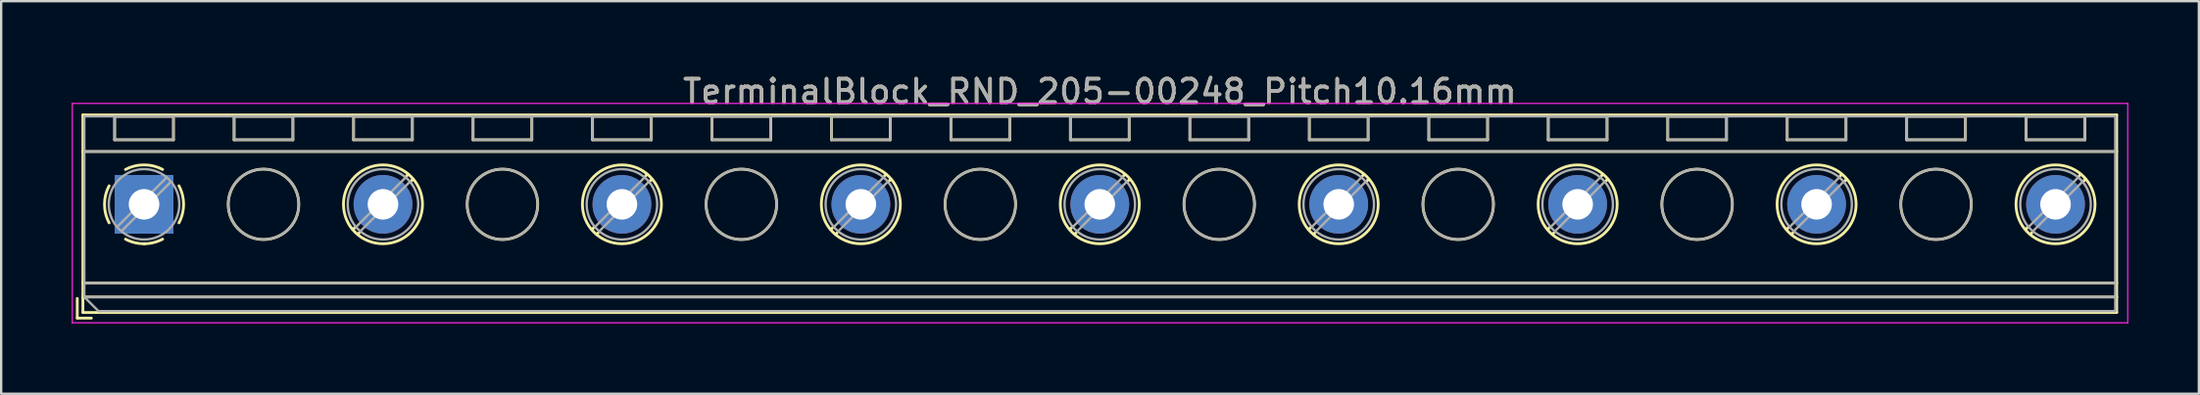
<source format=kicad_pcb>
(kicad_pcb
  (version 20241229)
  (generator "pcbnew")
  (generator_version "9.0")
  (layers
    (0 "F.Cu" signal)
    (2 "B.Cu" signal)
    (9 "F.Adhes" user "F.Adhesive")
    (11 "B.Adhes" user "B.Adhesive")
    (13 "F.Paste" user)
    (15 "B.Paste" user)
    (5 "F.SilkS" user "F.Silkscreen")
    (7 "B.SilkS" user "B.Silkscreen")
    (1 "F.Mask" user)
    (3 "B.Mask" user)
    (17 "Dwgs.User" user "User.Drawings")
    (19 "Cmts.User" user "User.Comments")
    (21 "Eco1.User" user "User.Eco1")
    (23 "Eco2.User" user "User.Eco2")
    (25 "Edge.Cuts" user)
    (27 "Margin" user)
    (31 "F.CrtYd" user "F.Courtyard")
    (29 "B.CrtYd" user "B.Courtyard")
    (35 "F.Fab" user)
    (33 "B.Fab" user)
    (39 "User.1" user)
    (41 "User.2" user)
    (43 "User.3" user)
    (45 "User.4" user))
  (footprint "TerminalBlock_RND_205-00248_Pitch10.16mm"
    (layer "F.Cu")
    (at 3.075 5.658)
    (property "Reference" "TerminalBlock_RND_205-00248_Pitch10.16mm" (at 40.64 -4.81 0) (layer "F.SilkS") (effects (font (size 1 1) (thickness 0.15))))
    (attr through_hole)
    (fp_line (start -2.84 4.01) (end -2.84 4.85) (stroke (width 0.12) (type solid)) (layer "F.SilkS"))
    (fp_line (start -2.84 4.85) (end -2.24 4.85) (stroke (width 0.12) (type solid)) (layer "F.SilkS"))
    (fp_line (start -2.6 -3.81) (end -2.6 4.61) (stroke (width 0.12) (type solid)) (layer "F.SilkS"))
    (fp_line (start -2.6 -2.25) (end 83.88 -2.25) (stroke (width 0.12) (type solid)) (layer "F.SilkS"))
    (fp_line (start -2.6 3.35) (end 83.88 3.35) (stroke (width 0.12) (type solid)) (layer "F.SilkS"))
    (fp_line (start -2.6 3.95) (end 83.88 3.95) (stroke (width 0.12) (type solid)) (layer "F.SilkS"))
    (fp_line (start -2.6 4.61) (end 83.88 4.61) (stroke (width 0.12) (type solid)) (layer "F.SilkS"))
    (fp_line (start -1.25 -3.751) (end -1.25 -2.751) (stroke (width 0.12) (type solid)) (layer "F.SilkS"))
    (fp_line (start -1.25 -3.751) (end 1.25 -3.751) (stroke (width 0.12) (type solid)) (layer "F.SilkS"))
    (fp_line (start -1.25 -2.751) (end 1.25 -2.751) (stroke (width 0.12) (type solid)) (layer "F.SilkS"))
    (fp_line (start 1.25 -3.751) (end 1.25 -2.751) (stroke (width 0.12) (type solid)) (layer "F.SilkS"))
    (fp_line (start 3.83 -3.751) (end 3.83 -2.751) (stroke (width 0.12) (type solid)) (layer "F.SilkS"))
    (fp_line (start 3.83 -3.751) (end 6.33 -3.751) (stroke (width 0.12) (type solid)) (layer "F.SilkS"))
    (fp_line (start 3.83 -2.751) (end 6.33 -2.751) (stroke (width 0.12) (type solid)) (layer "F.SilkS"))
    (fp_line (start 6.33 -3.751) (end 6.33 -2.751) (stroke (width 0.12) (type solid)) (layer "F.SilkS"))
    (fp_line (start 8.91 -3.751) (end 8.91 -2.751) (stroke (width 0.12) (type solid)) (layer "F.SilkS"))
    (fp_line (start 8.91 -3.751) (end 11.41 -3.751) (stroke (width 0.12) (type solid)) (layer "F.SilkS"))
    (fp_line (start 8.91 -2.751) (end 11.41 -2.751) (stroke (width 0.12) (type solid)) (layer "F.SilkS"))
    (fp_line (start 8.98 0.976) (end 8.886 1.069) (stroke (width 0.12) (type solid)) (layer "F.SilkS"))
    (fp_line (start 9.15 1.216) (end 9.091 1.274) (stroke (width 0.12) (type solid)) (layer "F.SilkS"))
    (fp_line (start 11.23 -1.275) (end 11.171 -1.216) (stroke (width 0.12) (type solid)) (layer "F.SilkS"))
    (fp_line (start 11.41 -3.751) (end 11.41 -2.751) (stroke (width 0.12) (type solid)) (layer "F.SilkS"))
    (fp_line (start 11.435 -1.069) (end 11.341 -0.976) (stroke (width 0.12) (type solid)) (layer "F.SilkS"))
    (fp_line (start 13.99 -3.751) (end 13.99 -2.751) (stroke (width 0.12) (type solid)) (layer "F.SilkS"))
    (fp_line (start 13.99 -3.751) (end 16.49 -3.751) (stroke (width 0.12) (type solid)) (layer "F.SilkS"))
    (fp_line (start 13.99 -2.751) (end 16.49 -2.751) (stroke (width 0.12) (type solid)) (layer "F.SilkS"))
    (fp_line (start 16.49 -3.751) (end 16.49 -2.751) (stroke (width 0.12) (type solid)) (layer "F.SilkS"))
    (fp_line (start 19.07 -3.751) (end 19.07 -2.751) (stroke (width 0.12) (type solid)) (layer "F.SilkS"))
    (fp_line (start 19.07 -3.751) (end 21.57 -3.751) (stroke (width 0.12) (type solid)) (layer "F.SilkS"))
    (fp_line (start 19.07 -2.751) (end 21.57 -2.751) (stroke (width 0.12) (type solid)) (layer "F.SilkS"))
    (fp_line (start 19.14 0.976) (end 19.046 1.069) (stroke (width 0.12) (type solid)) (layer "F.SilkS"))
    (fp_line (start 19.31 1.216) (end 19.251 1.274) (stroke (width 0.12) (type solid)) (layer "F.SilkS"))
    (fp_line (start 21.39 -1.275) (end 21.331 -1.216) (stroke (width 0.12) (type solid)) (layer "F.SilkS"))
    (fp_line (start 21.57 -3.751) (end 21.57 -2.751) (stroke (width 0.12) (type solid)) (layer "F.SilkS"))
    (fp_line (start 21.595 -1.069) (end 21.501 -0.976) (stroke (width 0.12) (type solid)) (layer "F.SilkS"))
    (fp_line (start 24.15 -3.751) (end 24.15 -2.751) (stroke (width 0.12) (type solid)) (layer "F.SilkS"))
    (fp_line (start 24.15 -3.751) (end 26.65 -3.751) (stroke (width 0.12) (type solid)) (layer "F.SilkS"))
    (fp_line (start 24.15 -2.751) (end 26.65 -2.751) (stroke (width 0.12) (type solid)) (layer "F.SilkS"))
    (fp_line (start 26.65 -3.751) (end 26.65 -2.751) (stroke (width 0.12) (type solid)) (layer "F.SilkS"))
    (fp_line (start 29.23 -3.751) (end 29.23 -2.751) (stroke (width 0.12) (type solid)) (layer "F.SilkS"))
    (fp_line (start 29.23 -3.751) (end 31.73 -3.751) (stroke (width 0.12) (type solid)) (layer "F.SilkS"))
    (fp_line (start 29.23 -2.751) (end 31.73 -2.751) (stroke (width 0.12) (type solid)) (layer "F.SilkS"))
    (fp_line (start 29.3 0.976) (end 29.206 1.069) (stroke (width 0.12) (type solid)) (layer "F.SilkS"))
    (fp_line (start 29.47 1.216) (end 29.411 1.274) (stroke (width 0.12) (type solid)) (layer "F.SilkS"))
    (fp_line (start 31.55 -1.275) (end 31.491 -1.216) (stroke (width 0.12) (type solid)) (layer "F.SilkS"))
    (fp_line (start 31.73 -3.751) (end 31.73 -2.751) (stroke (width 0.12) (type solid)) (layer "F.SilkS"))
    (fp_line (start 31.755 -1.069) (end 31.661 -0.976) (stroke (width 0.12) (type solid)) (layer "F.SilkS"))
    (fp_line (start 34.31 -3.751) (end 34.31 -2.751) (stroke (width 0.12) (type solid)) (layer "F.SilkS"))
    (fp_line (start 34.31 -3.751) (end 36.81 -3.751) (stroke (width 0.12) (type solid)) (layer "F.SilkS"))
    (fp_line (start 34.31 -2.751) (end 36.81 -2.751) (stroke (width 0.12) (type solid)) (layer "F.SilkS"))
    (fp_line (start 36.81 -3.751) (end 36.81 -2.751) (stroke (width 0.12) (type solid)) (layer "F.SilkS"))
    (fp_line (start 39.39 -3.751) (end 39.39 -2.751) (stroke (width 0.12) (type solid)) (layer "F.SilkS"))
    (fp_line (start 39.39 -3.751) (end 41.89 -3.751) (stroke (width 0.12) (type solid)) (layer "F.SilkS"))
    (fp_line (start 39.39 -2.751) (end 41.89 -2.751) (stroke (width 0.12) (type solid)) (layer "F.SilkS"))
    (fp_line (start 39.46 0.976) (end 39.366 1.069) (stroke (width 0.12) (type solid)) (layer "F.SilkS"))
    (fp_line (start 39.63 1.216) (end 39.571 1.274) (stroke (width 0.12) (type solid)) (layer "F.SilkS"))
    (fp_line (start 41.71 -1.275) (end 41.651 -1.216) (stroke (width 0.12) (type solid)) (layer "F.SilkS"))
    (fp_line (start 41.89 -3.751) (end 41.89 -2.751) (stroke (width 0.12) (type solid)) (layer "F.SilkS"))
    (fp_line (start 41.915 -1.069) (end 41.821 -0.976) (stroke (width 0.12) (type solid)) (layer "F.SilkS"))
    (fp_line (start 44.47 -3.751) (end 44.47 -2.751) (stroke (width 0.12) (type solid)) (layer "F.SilkS"))
    (fp_line (start 44.47 -3.751) (end 46.97 -3.751) (stroke (width 0.12) (type solid)) (layer "F.SilkS"))
    (fp_line (start 44.47 -2.751) (end 46.97 -2.751) (stroke (width 0.12) (type solid)) (layer "F.SilkS"))
    (fp_line (start 46.97 -3.751) (end 46.97 -2.751) (stroke (width 0.12) (type solid)) (layer "F.SilkS"))
    (fp_line (start 49.55 -3.751) (end 49.55 -2.751) (stroke (width 0.12) (type solid)) (layer "F.SilkS"))
    (fp_line (start 49.55 -3.751) (end 52.05 -3.751) (stroke (width 0.12) (type solid)) (layer "F.SilkS"))
    (fp_line (start 49.55 -2.751) (end 52.05 -2.751) (stroke (width 0.12) (type solid)) (layer "F.SilkS"))
    (fp_line (start 49.62 0.976) (end 49.526 1.069) (stroke (width 0.12) (type solid)) (layer "F.SilkS"))
    (fp_line (start 49.79 1.216) (end 49.731 1.274) (stroke (width 0.12) (type solid)) (layer "F.SilkS"))
    (fp_line (start 51.87 -1.275) (end 51.811 -1.216) (stroke (width 0.12) (type solid)) (layer "F.SilkS"))
    (fp_line (start 52.05 -3.751) (end 52.05 -2.751) (stroke (width 0.12) (type solid)) (layer "F.SilkS"))
    (fp_line (start 52.075 -1.069) (end 51.981 -0.976) (stroke (width 0.12) (type solid)) (layer "F.SilkS"))
    (fp_line (start 54.63 -3.751) (end 54.63 -2.751) (stroke (width 0.12) (type solid)) (layer "F.SilkS"))
    (fp_line (start 54.63 -3.751) (end 57.13 -3.751) (stroke (width 0.12) (type solid)) (layer "F.SilkS"))
    (fp_line (start 54.63 -2.751) (end 57.13 -2.751) (stroke (width 0.12) (type solid)) (layer "F.SilkS"))
    (fp_line (start 57.13 -3.751) (end 57.13 -2.751) (stroke (width 0.12) (type solid)) (layer "F.SilkS"))
    (fp_line (start 59.71 -3.751) (end 59.71 -2.751) (stroke (width 0.12) (type solid)) (layer "F.SilkS"))
    (fp_line (start 59.71 -3.751) (end 62.21 -3.751) (stroke (width 0.12) (type solid)) (layer "F.SilkS"))
    (fp_line (start 59.71 -2.751) (end 62.21 -2.751) (stroke (width 0.12) (type solid)) (layer "F.SilkS"))
    (fp_line (start 59.78 0.976) (end 59.686 1.069) (stroke (width 0.12) (type solid)) (layer "F.SilkS"))
    (fp_line (start 59.95 1.216) (end 59.891 1.274) (stroke (width 0.12) (type solid)) (layer "F.SilkS"))
    (fp_line (start 62.03 -1.275) (end 61.971 -1.216) (stroke (width 0.12) (type solid)) (layer "F.SilkS"))
    (fp_line (start 62.21 -3.751) (end 62.21 -2.751) (stroke (width 0.12) (type solid)) (layer "F.SilkS"))
    (fp_line (start 62.235 -1.069) (end 62.141 -0.976) (stroke (width 0.12) (type solid)) (layer "F.SilkS"))
    (fp_line (start 64.791 -3.751) (end 64.791 -2.751) (stroke (width 0.12) (type solid)) (layer "F.SilkS"))
    (fp_line (start 64.791 -3.751) (end 67.29 -3.751) (stroke (width 0.12) (type solid)) (layer "F.SilkS"))
    (fp_line (start 64.791 -2.751) (end 67.29 -2.751) (stroke (width 0.12) (type solid)) (layer "F.SilkS"))
    (fp_line (start 67.29 -3.751) (end 67.29 -2.751) (stroke (width 0.12) (type solid)) (layer "F.SilkS"))
    (fp_line (start 69.87 -3.751) (end 69.87 -2.751) (stroke (width 0.12) (type solid)) (layer "F.SilkS"))
    (fp_line (start 69.87 -3.751) (end 72.37 -3.751) (stroke (width 0.12) (type solid)) (layer "F.SilkS"))
    (fp_line (start 69.87 -2.751) (end 72.37 -2.751) (stroke (width 0.12) (type solid)) (layer "F.SilkS"))
    (fp_line (start 69.94 0.976) (end 69.846 1.069) (stroke (width 0.12) (type solid)) (layer "F.SilkS"))
    (fp_line (start 70.11 1.216) (end 70.051 1.274) (stroke (width 0.12) (type solid)) (layer "F.SilkS"))
    (fp_line (start 72.19 -1.275) (end 72.131 -1.216) (stroke (width 0.12) (type solid)) (layer "F.SilkS"))
    (fp_line (start 72.37 -3.751) (end 72.37 -2.751) (stroke (width 0.12) (type solid)) (layer "F.SilkS"))
    (fp_line (start 72.395 -1.069) (end 72.301 -0.976) (stroke (width 0.12) (type solid)) (layer "F.SilkS"))
    (fp_line (start 74.95 -3.751) (end 74.95 -2.751) (stroke (width 0.12) (type solid)) (layer "F.SilkS"))
    (fp_line (start 74.95 -3.751) (end 77.45 -3.751) (stroke (width 0.12) (type solid)) (layer "F.SilkS"))
    (fp_line (start 74.95 -2.751) (end 77.45 -2.751) (stroke (width 0.12) (type solid)) (layer "F.SilkS"))
    (fp_line (start 77.45 -3.751) (end 77.45 -2.751) (stroke (width 0.12) (type solid)) (layer "F.SilkS"))
    (fp_line (start 80.03 -3.751) (end 80.03 -2.751) (stroke (width 0.12) (type solid)) (layer "F.SilkS"))
    (fp_line (start 80.03 -3.751) (end 82.53 -3.751) (stroke (width 0.12) (type solid)) (layer "F.SilkS"))
    (fp_line (start 80.03 -2.751) (end 82.53 -2.751) (stroke (width 0.12) (type solid)) (layer "F.SilkS"))
    (fp_line (start 80.1 0.976) (end 80.006 1.069) (stroke (width 0.12) (type solid)) (layer "F.SilkS"))
    (fp_line (start 80.27 1.216) (end 80.211 1.274) (stroke (width 0.12) (type solid)) (layer "F.SilkS"))
    (fp_line (start 82.35 -1.275) (end 82.291 -1.216) (stroke (width 0.12) (type solid)) (layer "F.SilkS"))
    (fp_line (start 82.53 -3.751) (end 82.53 -2.751) (stroke (width 0.12) (type solid)) (layer "F.SilkS"))
    (fp_line (start 82.555 -1.069) (end 82.461 -0.976) (stroke (width 0.12) (type solid)) (layer "F.SilkS"))
    (fp_line (start 83.88 -3.81) (end -2.6 -3.81) (stroke (width 0.12) (type solid)) (layer "F.SilkS"))
    (fp_line (start 83.88 4.61) (end 83.88 -3.81) (stroke (width 0.12) (type solid)) (layer "F.SilkS"))
    (fp_arc (start -1.483953 0.789089) (mid -1.680708 0.00005) (end -1.484 -0.789) (stroke (width 0.12) (type solid)) (layer "F.SilkS"))
    (fp_arc (start -0.789089 -1.483953) (mid -0.00005 -1.680708) (end 0.789 -1.484) (stroke (width 0.12) (type solid)) (layer "F.SilkS"))
    (fp_arc (start 0.029383 1.68045) (mid -0.392304 1.634281) (end -0.789 1.484) (stroke (width 0.12) (type solid)) (layer "F.SilkS"))
    (fp_arc (start 0.788712 1.483352) (mid 0.406429 1.630097) (end 0 1.68) (stroke (width 0.12) (type solid)) (layer "F.SilkS"))
    (fp_arc (start 1.483953 -0.789089) (mid 1.680708 -0.00005) (end 1.484 0.789) (stroke (width 0.12) (type solid)) (layer "F.SilkS"))
    (fp_circle (center 5.08 0) (end 6.58 0) (stroke (width 0.12) (type solid)) (fill no) (layer "F.SilkS"))
    (fp_circle (center 10.16 0) (end 11.84 0) (stroke (width 0.12) (type solid)) (fill no) (layer "F.SilkS"))
    (fp_circle (center 15.24 0) (end 16.74 0) (stroke (width 0.12) (type solid)) (fill no) (layer "F.SilkS"))
    (fp_circle (center 20.32 0) (end 22 0) (stroke (width 0.12) (type solid)) (fill no) (layer "F.SilkS"))
    (fp_circle (center 25.4 0) (end 26.9 0) (stroke (width 0.12) (type solid)) (fill no) (layer "F.SilkS"))
    (fp_circle (center 30.48 0) (end 32.16 0) (stroke (width 0.12) (type solid)) (fill no) (layer "F.SilkS"))
    (fp_circle (center 35.56 0) (end 37.06 0) (stroke (width 0.12) (type solid)) (fill no) (layer "F.SilkS"))
    (fp_circle (center 40.64 0) (end 42.32 0) (stroke (width 0.12) (type solid)) (fill no) (layer "F.SilkS"))
    (fp_circle (center 45.72 0) (end 47.22 0) (stroke (width 0.12) (type solid)) (fill no) (layer "F.SilkS"))
    (fp_circle (center 50.8 0) (end 52.48 0) (stroke (width 0.12) (type solid)) (fill no) (layer "F.SilkS"))
    (fp_circle (center 55.88 0) (end 57.38 0) (stroke (width 0.12) (type solid)) (fill no) (layer "F.SilkS"))
    (fp_circle (center 60.96 0) (end 62.64 0) (stroke (width 0.12) (type solid)) (fill no) (layer "F.SilkS"))
    (fp_circle (center 66.04 0) (end 67.54 0) (stroke (width 0.12) (type solid)) (fill no) (layer "F.SilkS"))
    (fp_circle (center 71.12 0) (end 72.8 0) (stroke (width 0.12) (type solid)) (fill no) (layer "F.SilkS"))
    (fp_circle (center 76.2 0) (end 77.7 0) (stroke (width 0.12) (type solid)) (fill no) (layer "F.SilkS"))
    (fp_circle (center 81.28 0) (end 82.96 0) (stroke (width 0.12) (type solid)) (fill no) (layer "F.SilkS"))
    (fp_line (start -3.05 -4.3) (end -3.05 5.05) (stroke (width 0.05) (type solid)) (layer "F.CrtYd"))
    (fp_line (start -3.05 5.05) (end 84.35 5.05) (stroke (width 0.05) (type solid)) (layer "F.CrtYd"))
    (fp_line (start 84.35 -4.3) (end -3.05 -4.3) (stroke (width 0.05) (type solid)) (layer "F.CrtYd"))
    (fp_line (start 84.35 5.05) (end 84.35 -4.3) (stroke (width 0.05) (type solid)) (layer "F.CrtYd"))
    (fp_line (start -2.54 -3.75) (end 83.82 -3.75) (stroke (width 0.1) (type solid)) (layer "F.Fab"))
    (fp_line (start -2.54 -2.25) (end 83.82 -2.25) (stroke (width 0.1) (type solid)) (layer "F.Fab"))
    (fp_line (start -2.54 3.35) (end 83.82 3.35) (stroke (width 0.1) (type solid)) (layer "F.Fab"))
    (fp_line (start -2.54 3.95) (end -2.54 -3.75) (stroke (width 0.1) (type solid)) (layer "F.Fab"))
    (fp_line (start -2.54 3.95) (end 83.82 3.95) (stroke (width 0.1) (type solid)) (layer "F.Fab"))
    (fp_line (start -1.94 4.55) (end -2.54 3.95) (stroke (width 0.1) (type solid)) (layer "F.Fab"))
    (fp_line (start -1.25 -3.75) (end -1.25 -2.75) (stroke (width 0.1) (type solid)) (layer "F.Fab"))
    (fp_line (start -1.25 -2.75) (end 1.25 -2.75) (stroke (width 0.1) (type solid)) (layer "F.Fab"))
    (fp_line (start 0.955 -1.138) (end -1.138 0.955) (stroke (width 0.1) (type solid)) (layer "F.Fab"))
    (fp_line (start 1.138 -0.955) (end -0.955 1.138) (stroke (width 0.1) (type solid)) (layer "F.Fab"))
    (fp_line (start 1.25 -3.75) (end -1.25 -3.75) (stroke (width 0.1) (type solid)) (layer "F.Fab"))
    (fp_line (start 1.25 -2.75) (end 1.25 -3.75) (stroke (width 0.1) (type solid)) (layer "F.Fab"))
    (fp_line (start 3.83 -3.75) (end 3.83 -2.75) (stroke (width 0.1) (type solid)) (layer "F.Fab"))
    (fp_line (start 3.83 -2.75) (end 6.33 -2.75) (stroke (width 0.1) (type solid)) (layer "F.Fab"))
    (fp_line (start 6.33 -3.75) (end 3.83 -3.75) (stroke (width 0.1) (type solid)) (layer "F.Fab"))
    (fp_line (start 6.33 -2.75) (end 6.33 -3.75) (stroke (width 0.1) (type solid)) (layer "F.Fab"))
    (fp_line (start 8.91 -3.75) (end 8.91 -2.75) (stroke (width 0.1) (type solid)) (layer "F.Fab"))
    (fp_line (start 8.91 -2.75) (end 11.41 -2.75) (stroke (width 0.1) (type solid)) (layer "F.Fab"))
    (fp_line (start 11.115 -1.138) (end 9.023 0.955) (stroke (width 0.1) (type solid)) (layer "F.Fab"))
    (fp_line (start 11.298 -0.955) (end 9.206 1.138) (stroke (width 0.1) (type solid)) (layer "F.Fab"))
    (fp_line (start 11.41 -3.75) (end 8.91 -3.75) (stroke (width 0.1) (type solid)) (layer "F.Fab"))
    (fp_line (start 11.41 -2.75) (end 11.41 -3.75) (stroke (width 0.1) (type solid)) (layer "F.Fab"))
    (fp_line (start 13.99 -3.75) (end 13.99 -2.75) (stroke (width 0.1) (type solid)) (layer "F.Fab"))
    (fp_line (start 13.99 -2.75) (end 16.49 -2.75) (stroke (width 0.1) (type solid)) (layer "F.Fab"))
    (fp_line (start 16.49 -3.75) (end 13.99 -3.75) (stroke (width 0.1) (type solid)) (layer "F.Fab"))
    (fp_line (start 16.49 -2.75) (end 16.49 -3.75) (stroke (width 0.1) (type solid)) (layer "F.Fab"))
    (fp_line (start 19.07 -3.75) (end 19.07 -2.75) (stroke (width 0.1) (type solid)) (layer "F.Fab"))
    (fp_line (start 19.07 -2.75) (end 21.57 -2.75) (stroke (width 0.1) (type solid)) (layer "F.Fab"))
    (fp_line (start 21.275 -1.138) (end 19.183 0.955) (stroke (width 0.1) (type solid)) (layer "F.Fab"))
    (fp_line (start 21.458 -0.955) (end 19.366 1.138) (stroke (width 0.1) (type solid)) (layer "F.Fab"))
    (fp_line (start 21.57 -3.75) (end 19.07 -3.75) (stroke (width 0.1) (type solid)) (layer "F.Fab"))
    (fp_line (start 21.57 -2.75) (end 21.57 -3.75) (stroke (width 0.1) (type solid)) (layer "F.Fab"))
    (fp_line (start 24.15 -3.75) (end 24.15 -2.75) (stroke (width 0.1) (type solid)) (layer "F.Fab"))
    (fp_line (start 24.15 -2.75) (end 26.65 -2.75) (stroke (width 0.1) (type solid)) (layer "F.Fab"))
    (fp_line (start 26.65 -3.75) (end 24.15 -3.75) (stroke (width 0.1) (type solid)) (layer "F.Fab"))
    (fp_line (start 26.65 -2.75) (end 26.65 -3.75) (stroke (width 0.1) (type solid)) (layer "F.Fab"))
    (fp_line (start 29.23 -3.75) (end 29.23 -2.75) (stroke (width 0.1) (type solid)) (layer "F.Fab"))
    (fp_line (start 29.23 -2.75) (end 31.73 -2.75) (stroke (width 0.1) (type solid)) (layer "F.Fab"))
    (fp_line (start 31.435 -1.138) (end 29.343 0.955) (stroke (width 0.1) (type solid)) (layer "F.Fab"))
    (fp_line (start 31.618 -0.955) (end 29.526 1.138) (stroke (width 0.1) (type solid)) (layer "F.Fab"))
    (fp_line (start 31.73 -3.75) (end 29.23 -3.75) (stroke (width 0.1) (type solid)) (layer "F.Fab"))
    (fp_line (start 31.73 -2.75) (end 31.73 -3.75) (stroke (width 0.1) (type solid)) (layer "F.Fab"))
    (fp_line (start 34.31 -3.75) (end 34.31 -2.75) (stroke (width 0.1) (type solid)) (layer "F.Fab"))
    (fp_line (start 34.31 -2.75) (end 36.81 -2.75) (stroke (width 0.1) (type solid)) (layer "F.Fab"))
    (fp_line (start 36.81 -3.75) (end 34.31 -3.75) (stroke (width 0.1) (type solid)) (layer "F.Fab"))
    (fp_line (start 36.81 -2.75) (end 36.81 -3.75) (stroke (width 0.1) (type solid)) (layer "F.Fab"))
    (fp_line (start 39.39 -3.75) (end 39.39 -2.75) (stroke (width 0.1) (type solid)) (layer "F.Fab"))
    (fp_line (start 39.39 -2.75) (end 41.89 -2.75) (stroke (width 0.1) (type solid)) (layer "F.Fab"))
    (fp_line (start 41.595 -1.138) (end 39.503 0.955) (stroke (width 0.1) (type solid)) (layer "F.Fab"))
    (fp_line (start 41.778 -0.955) (end 39.686 1.138) (stroke (width 0.1) (type solid)) (layer "F.Fab"))
    (fp_line (start 41.89 -3.75) (end 39.39 -3.75) (stroke (width 0.1) (type solid)) (layer "F.Fab"))
    (fp_line (start 41.89 -2.75) (end 41.89 -3.75) (stroke (width 0.1) (type solid)) (layer "F.Fab"))
    (fp_line (start 44.47 -3.75) (end 44.47 -2.75) (stroke (width 0.1) (type solid)) (layer "F.Fab"))
    (fp_line (start 44.47 -2.75) (end 46.97 -2.75) (stroke (width 0.1) (type solid)) (layer "F.Fab"))
    (fp_line (start 46.97 -3.75) (end 44.47 -3.75) (stroke (width 0.1) (type solid)) (layer "F.Fab"))
    (fp_line (start 46.97 -2.75) (end 46.97 -3.75) (stroke (width 0.1) (type solid)) (layer "F.Fab"))
    (fp_line (start 49.55 -3.75) (end 49.55 -2.75) (stroke (width 0.1) (type solid)) (layer "F.Fab"))
    (fp_line (start 49.55 -2.75) (end 52.05 -2.75) (stroke (width 0.1) (type solid)) (layer "F.Fab"))
    (fp_line (start 51.755 -1.138) (end 49.663 0.955) (stroke (width 0.1) (type solid)) (layer "F.Fab"))
    (fp_line (start 51.938 -0.955) (end 49.846 1.138) (stroke (width 0.1) (type solid)) (layer "F.Fab"))
    (fp_line (start 52.05 -3.75) (end 49.55 -3.75) (stroke (width 0.1) (type solid)) (layer "F.Fab"))
    (fp_line (start 52.05 -2.75) (end 52.05 -3.75) (stroke (width 0.1) (type solid)) (layer "F.Fab"))
    (fp_line (start 54.63 -3.75) (end 54.63 -2.75) (stroke (width 0.1) (type solid)) (layer "F.Fab"))
    (fp_line (start 54.63 -2.75) (end 57.13 -2.75) (stroke (width 0.1) (type solid)) (layer "F.Fab"))
    (fp_line (start 57.13 -3.75) (end 54.63 -3.75) (stroke (width 0.1) (type solid)) (layer "F.Fab"))
    (fp_line (start 57.13 -2.75) (end 57.13 -3.75) (stroke (width 0.1) (type solid)) (layer "F.Fab"))
    (fp_line (start 59.71 -3.75) (end 59.71 -2.75) (stroke (width 0.1) (type solid)) (layer "F.Fab"))
    (fp_line (start 59.71 -2.75) (end 62.21 -2.75) (stroke (width 0.1) (type solid)) (layer "F.Fab"))
    (fp_line (start 61.915 -1.138) (end 59.823 0.955) (stroke (width 0.1) (type solid)) (layer "F.Fab"))
    (fp_line (start 62.098 -0.955) (end 60.006 1.138) (stroke (width 0.1) (type solid)) (layer "F.Fab"))
    (fp_line (start 62.21 -3.75) (end 59.71 -3.75) (stroke (width 0.1) (type solid)) (layer "F.Fab"))
    (fp_line (start 62.21 -2.75) (end 62.21 -3.75) (stroke (width 0.1) (type solid)) (layer "F.Fab"))
    (fp_line (start 64.79 -3.75) (end 64.79 -2.75) (stroke (width 0.1) (type solid)) (layer "F.Fab"))
    (fp_line (start 64.79 -2.75) (end 67.29 -2.75) (stroke (width 0.1) (type solid)) (layer "F.Fab"))
    (fp_line (start 67.29 -3.75) (end 64.79 -3.75) (stroke (width 0.1) (type solid)) (layer "F.Fab"))
    (fp_line (start 67.29 -2.75) (end 67.29 -3.75) (stroke (width 0.1) (type solid)) (layer "F.Fab"))
    (fp_line (start 69.87 -3.75) (end 69.87 -2.75) (stroke (width 0.1) (type solid)) (layer "F.Fab"))
    (fp_line (start 69.87 -2.75) (end 72.37 -2.75) (stroke (width 0.1) (type solid)) (layer "F.Fab"))
    (fp_line (start 72.075 -1.138) (end 69.983 0.955) (stroke (width 0.1) (type solid)) (layer "F.Fab"))
    (fp_line (start 72.258 -0.955) (end 70.166 1.138) (stroke (width 0.1) (type solid)) (layer "F.Fab"))
    (fp_line (start 72.37 -3.75) (end 69.87 -3.75) (stroke (width 0.1) (type solid)) (layer "F.Fab"))
    (fp_line (start 72.37 -2.75) (end 72.37 -3.75) (stroke (width 0.1) (type solid)) (layer "F.Fab"))
    (fp_line (start 74.95 -3.75) (end 74.95 -2.75) (stroke (width 0.1) (type solid)) (layer "F.Fab"))
    (fp_line (start 74.95 -2.75) (end 77.45 -2.75) (stroke (width 0.1) (type solid)) (layer "F.Fab"))
    (fp_line (start 77.45 -3.75) (end 74.95 -3.75) (stroke (width 0.1) (type solid)) (layer "F.Fab"))
    (fp_line (start 77.45 -2.75) (end 77.45 -3.75) (stroke (width 0.1) (type solid)) (layer "F.Fab"))
    (fp_line (start 80.03 -3.75) (end 80.03 -2.75) (stroke (width 0.1) (type solid)) (layer "F.Fab"))
    (fp_line (start 80.03 -2.75) (end 82.53 -2.75) (stroke (width 0.1) (type solid)) (layer "F.Fab"))
    (fp_line (start 82.235 -1.138) (end 80.143 0.955) (stroke (width 0.1) (type solid)) (layer "F.Fab"))
    (fp_line (start 82.418 -0.955) (end 80.326 1.138) (stroke (width 0.1) (type solid)) (layer "F.Fab"))
    (fp_line (start 82.53 -3.75) (end 80.03 -3.75) (stroke (width 0.1) (type solid)) (layer "F.Fab"))
    (fp_line (start 82.53 -2.75) (end 82.53 -3.75) (stroke (width 0.1) (type solid)) (layer "F.Fab"))
    (fp_line (start 83.82 -3.75) (end 83.82 4.55) (stroke (width 0.1) (type solid)) (layer "F.Fab"))
    (fp_line (start 83.82 4.55) (end -1.94 4.55) (stroke (width 0.1) (type solid)) (layer "F.Fab"))
    (fp_circle (center 0 0) (end 1.5 0) (stroke (width 0.1) (type solid)) (fill no) (layer "F.Fab"))
    (fp_circle (center 5.08 0) (end 6.58 0) (stroke (width 0.1) (type solid)) (fill no) (layer "F.Fab"))
    (fp_circle (center 10.16 0) (end 11.66 0) (stroke (width 0.1) (type solid)) (fill no) (layer "F.Fab"))
    (fp_circle (center 15.24 0) (end 16.74 0) (stroke (width 0.1) (type solid)) (fill no) (layer "F.Fab"))
    (fp_circle (center 20.32 0) (end 21.82 0) (stroke (width 0.1) (type solid)) (fill no) (layer "F.Fab"))
    (fp_circle (center 25.4 0) (end 26.9 0) (stroke (width 0.1) (type solid)) (fill no) (layer "F.Fab"))
    (fp_circle (center 30.48 0) (end 31.98 0) (stroke (width 0.1) (type solid)) (fill no) (layer "F.Fab"))
    (fp_circle (center 35.56 0) (end 37.06 0) (stroke (width 0.1) (type solid)) (fill no) (layer "F.Fab"))
    (fp_circle (center 40.64 0) (end 42.14 0) (stroke (width 0.1) (type solid)) (fill no) (layer "F.Fab"))
    (fp_circle (center 45.72 0) (end 47.22 0) (stroke (width 0.1) (type solid)) (fill no) (layer "F.Fab"))
    (fp_circle (center 50.8 0) (end 52.3 0) (stroke (width 0.1) (type solid)) (fill no) (layer "F.Fab"))
    (fp_circle (center 55.88 0) (end 57.38 0) (stroke (width 0.1) (type solid)) (fill no) (layer "F.Fab"))
    (fp_circle (center 60.96 0) (end 62.46 0) (stroke (width 0.1) (type solid)) (fill no) (layer "F.Fab"))
    (fp_circle (center 66.04 0) (end 67.54 0) (stroke (width 0.1) (type solid)) (fill no) (layer "F.Fab"))
    (fp_circle (center 71.12 0) (end 72.62 0) (stroke (width 0.1) (type solid)) (fill no) (layer "F.Fab"))
    (fp_circle (center 76.2 0) (end 77.7 0) (stroke (width 0.1) (type solid)) (fill no) (layer "F.Fab"))
    (fp_circle (center 81.28 0) (end 82.78 0) (stroke (width 0.1) (type solid)) (fill no) (layer "F.Fab"))
    (fp_text user "${REFERENCE}" (at 40.64 -4.81 0) (layer "F.Fab") (effects (font (size 1 1) (thickness 0.15))))
    (pad "1" thru_hole rect (at 0 0) (size 2.5 2.5) (drill 1.3) (layers "*.Cu" "*.Mask"))
    (pad "2" thru_hole circle (at 10.16 0) (size 2.5 2.5) (drill 1.3) (layers "*.Cu" "*.Mask"))
    (pad "3" thru_hole circle (at 20.32 0) (size 2.5 2.5) (drill 1.3) (layers "*.Cu" "*.Mask"))
    (pad "4" thru_hole circle (at 30.48 0) (size 2.5 2.5) (drill 1.3) (layers "*.Cu" "*.Mask"))
    (pad "5" thru_hole circle (at 40.64 0) (size 2.5 2.5) (drill 1.3) (layers "*.Cu" "*.Mask"))
    (pad "6" thru_hole circle (at 50.8 0) (size 2.5 2.5) (drill 1.3) (layers "*.Cu" "*.Mask"))
    (pad "7" thru_hole circle (at 60.96 0) (size 2.5 2.5) (drill 1.3) (layers "*.Cu" "*.Mask"))
    (pad "8" thru_hole circle (at 71.12 0) (size 2.5 2.5) (drill 1.3) (layers "*.Cu" "*.Mask"))
    (pad "9" thru_hole circle (at 81.28 0) (size 2.5 2.5) (drill 1.3) (layers "*.Cu" "*.Mask")))
  (gr_rect
    (start -3 -3)
    (end 90.45 13.733)
    (stroke (width 0.1) (type default))
    (fill no)
    (layer "Edge.Cuts")))
</source>
